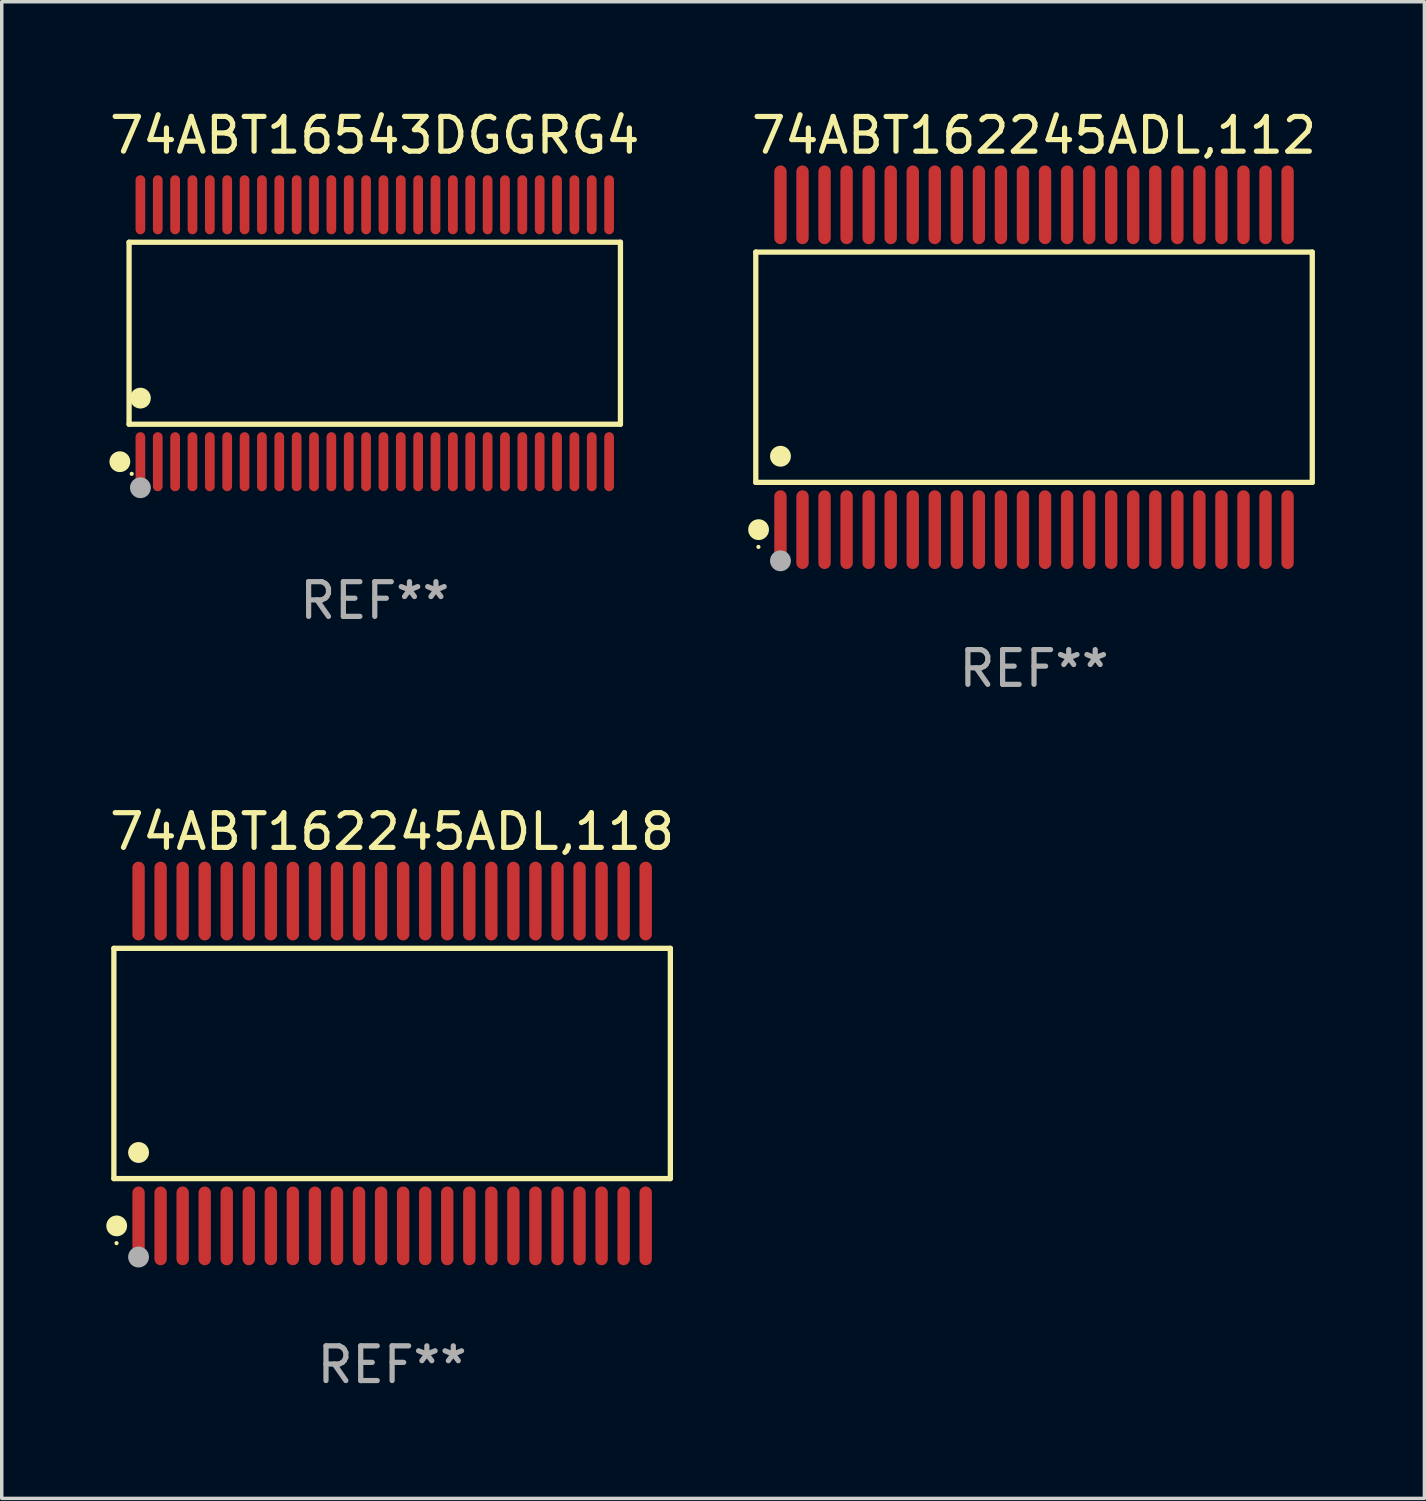
<source format=kicad_pcb>
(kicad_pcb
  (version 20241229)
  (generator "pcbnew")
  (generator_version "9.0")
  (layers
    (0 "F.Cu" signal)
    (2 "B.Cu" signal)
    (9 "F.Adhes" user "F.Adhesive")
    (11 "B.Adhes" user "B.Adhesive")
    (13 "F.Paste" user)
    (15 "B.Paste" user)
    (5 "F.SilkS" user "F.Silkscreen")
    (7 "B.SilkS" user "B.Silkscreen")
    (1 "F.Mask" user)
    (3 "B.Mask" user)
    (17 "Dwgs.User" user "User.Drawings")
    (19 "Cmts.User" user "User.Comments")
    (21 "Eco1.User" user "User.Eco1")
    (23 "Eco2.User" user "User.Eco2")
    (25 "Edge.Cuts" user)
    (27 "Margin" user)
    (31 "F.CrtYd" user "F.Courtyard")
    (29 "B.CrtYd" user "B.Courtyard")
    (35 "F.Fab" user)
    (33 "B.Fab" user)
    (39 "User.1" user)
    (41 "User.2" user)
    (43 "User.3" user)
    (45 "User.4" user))
  (footprint "74ABT162245ADL,118"
    (layer "F.Cu")
    (at 8.244 27.58)
    (property "Reference" "74ABT162245ADL,118" (at 0 -6.678 0) (layer "F.SilkS") (effects (font (size 1 1) (thickness 0.15))))
    (attr through_hole)
    (fp_line (start -8.014 -3.316) (end 8.014 -3.316) (stroke (width 0.152) (type solid)) (layer "F.SilkS"))
    (fp_line (start -8.014 3.316) (end -8.014 -3.316) (stroke (width 0.152) (type solid)) (layer "F.SilkS"))
    (fp_line (start 8.014 -3.316) (end 8.014 3.316) (stroke (width 0.152) (type solid)) (layer "F.SilkS"))
    (fp_line (start 8.014 3.316) (end -8.014 3.316) (stroke (width 0.152) (type solid)) (layer "F.SilkS"))
    (fp_circle (center -7.938 5.175) (end -7.908 5.175) (stroke (width 0.06) (type solid)) (fill no) (layer "F.SilkS"))
    (fp_circle (center -7.933 4.678) (end -7.783 4.678) (stroke (width 0.3) (type solid)) (fill no) (layer "F.SilkS"))
    (fp_circle (center -7.303 2.564) (end -7.152 2.564) (stroke (width 0.3) (type solid)) (fill no) (layer "F.SilkS"))
    (fp_circle (center -7.303 5.575) (end -7.152 5.575) (stroke (width 0.3) (type solid)) (fill no) (layer "F.Fab"))
    (fp_text user "REF**" (at 0 8.678 0) (layer "F.Fab") (effects (font (size 1 1) (thickness 0.15))))
    (pad "1" smd oval (at -7.303 4.678) (size 0.356 2.267) (layers "F.Cu" "F.Mask" "F.Paste"))
    (pad "2" smd oval (at -6.668 4.678) (size 0.356 2.267) (layers "F.Cu" "F.Mask" "F.Paste"))
    (pad "3" smd oval (at -6.033 4.678) (size 0.356 2.267) (layers "F.Cu" "F.Mask" "F.Paste"))
    (pad "4" smd oval (at -5.398 4.678) (size 0.356 2.267) (layers "F.Cu" "F.Mask" "F.Paste"))
    (pad "5" smd oval (at -4.763 4.678) (size 0.356 2.267) (layers "F.Cu" "F.Mask" "F.Paste"))
    (pad "6" smd oval (at -4.128 4.678) (size 0.356 2.267) (layers "F.Cu" "F.Mask" "F.Paste"))
    (pad "7" smd oval (at -3.493 4.678) (size 0.356 2.267) (layers "F.Cu" "F.Mask" "F.Paste"))
    (pad "8" smd oval (at -2.858 4.678) (size 0.356 2.267) (layers "F.Cu" "F.Mask" "F.Paste"))
    (pad "9" smd oval (at -2.223 4.678) (size 0.356 2.267) (layers "F.Cu" "F.Mask" "F.Paste"))
    (pad "10" smd oval (at -1.588 4.678) (size 0.356 2.267) (layers "F.Cu" "F.Mask" "F.Paste"))
    (pad "11" smd oval (at -0.953 4.678) (size 0.356 2.267) (layers "F.Cu" "F.Mask" "F.Paste"))
    (pad "12" smd oval (at -0.318 4.678) (size 0.356 2.267) (layers "F.Cu" "F.Mask" "F.Paste"))
    (pad "13" smd oval (at 0.318 4.678) (size 0.356 2.267) (layers "F.Cu" "F.Mask" "F.Paste"))
    (pad "14" smd oval (at 0.953 4.678) (size 0.356 2.267) (layers "F.Cu" "F.Mask" "F.Paste"))
    (pad "15" smd oval (at 1.588 4.678) (size 0.356 2.267) (layers "F.Cu" "F.Mask" "F.Paste"))
    (pad "16" smd oval (at 2.223 4.678) (size 0.356 2.267) (layers "F.Cu" "F.Mask" "F.Paste"))
    (pad "17" smd oval (at 2.858 4.678) (size 0.356 2.267) (layers "F.Cu" "F.Mask" "F.Paste"))
    (pad "18" smd oval (at 3.493 4.678) (size 0.356 2.267) (layers "F.Cu" "F.Mask" "F.Paste"))
    (pad "19" smd oval (at 4.128 4.678) (size 0.356 2.267) (layers "F.Cu" "F.Mask" "F.Paste"))
    (pad "20" smd oval (at 4.763 4.678) (size 0.356 2.267) (layers "F.Cu" "F.Mask" "F.Paste"))
    (pad "21" smd oval (at 5.398 4.678) (size 0.356 2.267) (layers "F.Cu" "F.Mask" "F.Paste"))
    (pad "22" smd oval (at 6.033 4.678) (size 0.356 2.267) (layers "F.Cu" "F.Mask" "F.Paste"))
    (pad "23" smd oval (at 6.668 4.678) (size 0.356 2.267) (layers "F.Cu" "F.Mask" "F.Paste"))
    (pad "24" smd oval (at 7.303 4.678) (size 0.356 2.267) (layers "F.Cu" "F.Mask" "F.Paste"))
    (pad "25" smd oval (at 7.303 -4.678) (size 0.356 2.267) (layers "F.Cu" "F.Mask" "F.Paste"))
    (pad "26" smd oval (at 6.668 -4.678) (size 0.356 2.267) (layers "F.Cu" "F.Mask" "F.Paste"))
    (pad "27" smd oval (at 6.033 -4.678) (size 0.356 2.267) (layers "F.Cu" "F.Mask" "F.Paste"))
    (pad "28" smd oval (at 5.398 -4.678) (size 0.356 2.267) (layers "F.Cu" "F.Mask" "F.Paste"))
    (pad "29" smd oval (at 4.763 -4.678) (size 0.356 2.267) (layers "F.Cu" "F.Mask" "F.Paste"))
    (pad "30" smd oval (at 4.128 -4.678) (size 0.356 2.267) (layers "F.Cu" "F.Mask" "F.Paste"))
    (pad "31" smd oval (at 3.493 -4.678) (size 0.356 2.267) (layers "F.Cu" "F.Mask" "F.Paste"))
    (pad "32" smd oval (at 2.858 -4.678) (size 0.356 2.267) (layers "F.Cu" "F.Mask" "F.Paste"))
    (pad "33" smd oval (at 2.223 -4.678) (size 0.356 2.267) (layers "F.Cu" "F.Mask" "F.Paste"))
    (pad "34" smd oval (at 1.588 -4.678) (size 0.356 2.267) (layers "F.Cu" "F.Mask" "F.Paste"))
    (pad "35" smd oval (at 0.953 -4.678) (size 0.356 2.267) (layers "F.Cu" "F.Mask" "F.Paste"))
    (pad "36" smd oval (at 0.318 -4.678) (size 0.356 2.267) (layers "F.Cu" "F.Mask" "F.Paste"))
    (pad "37" smd oval (at -0.318 -4.678) (size 0.356 2.267) (layers "F.Cu" "F.Mask" "F.Paste"))
    (pad "38" smd oval (at -0.953 -4.678) (size 0.356 2.267) (layers "F.Cu" "F.Mask" "F.Paste"))
    (pad "39" smd oval (at -1.588 -4.678) (size 0.356 2.267) (layers "F.Cu" "F.Mask" "F.Paste"))
    (pad "40" smd oval (at -2.223 -4.678) (size 0.356 2.267) (layers "F.Cu" "F.Mask" "F.Paste"))
    (pad "41" smd oval (at -2.858 -4.678) (size 0.356 2.267) (layers "F.Cu" "F.Mask" "F.Paste"))
    (pad "42" smd oval (at -3.493 -4.678) (size 0.356 2.267) (layers "F.Cu" "F.Mask" "F.Paste"))
    (pad "43" smd oval (at -4.128 -4.678) (size 0.356 2.267) (layers "F.Cu" "F.Mask" "F.Paste"))
    (pad "44" smd oval (at -4.763 -4.678) (size 0.356 2.267) (layers "F.Cu" "F.Mask" "F.Paste"))
    (pad "45" smd oval (at -5.398 -4.678) (size 0.356 2.267) (layers "F.Cu" "F.Mask" "F.Paste"))
    (pad "46" smd oval (at -6.033 -4.678) (size 0.356 2.267) (layers "F.Cu" "F.Mask" "F.Paste"))
    (pad "47" smd oval (at -6.668 -4.678) (size 0.356 2.267) (layers "F.Cu" "F.Mask" "F.Paste"))
    (pad "48" smd oval (at -7.303 -4.678) (size 0.356 2.267) (layers "F.Cu" "F.Mask" "F.Paste")))
  (footprint "74ABT162245ADL,112"
    (layer "F.Cu")
    (at 26.732 7.527)
    (property "Reference" "74ABT162245ADL,112" (at 0 -6.678 0) (layer "F.SilkS") (effects (font (size 1 1) (thickness 0.15))))
    (attr through_hole)
    (fp_line (start -8.014 -3.316) (end 8.014 -3.316) (stroke (width 0.152) (type solid)) (layer "F.SilkS"))
    (fp_line (start -8.014 3.316) (end -8.014 -3.316) (stroke (width 0.152) (type solid)) (layer "F.SilkS"))
    (fp_line (start 8.014 -3.316) (end 8.014 3.316) (stroke (width 0.152) (type solid)) (layer "F.SilkS"))
    (fp_line (start 8.014 3.316) (end -8.014 3.316) (stroke (width 0.152) (type solid)) (layer "F.SilkS"))
    (fp_circle (center -7.938 5.175) (end -7.908 5.175) (stroke (width 0.06) (type solid)) (fill no) (layer "F.SilkS"))
    (fp_circle (center -7.933 4.678) (end -7.783 4.678) (stroke (width 0.3) (type solid)) (fill no) (layer "F.SilkS"))
    (fp_circle (center -7.303 2.564) (end -7.152 2.564) (stroke (width 0.3) (type solid)) (fill no) (layer "F.SilkS"))
    (fp_circle (center -7.303 5.575) (end -7.152 5.575) (stroke (width 0.3) (type solid)) (fill no) (layer "F.Fab"))
    (fp_text user "REF**" (at 0 8.678 0) (layer "F.Fab") (effects (font (size 1 1) (thickness 0.15))))
    (pad "1" smd oval (at -7.303 4.678) (size 0.356 2.267) (layers "F.Cu" "F.Mask" "F.Paste"))
    (pad "2" smd oval (at -6.668 4.678) (size 0.356 2.267) (layers "F.Cu" "F.Mask" "F.Paste"))
    (pad "3" smd oval (at -6.033 4.678) (size 0.356 2.267) (layers "F.Cu" "F.Mask" "F.Paste"))
    (pad "4" smd oval (at -5.398 4.678) (size 0.356 2.267) (layers "F.Cu" "F.Mask" "F.Paste"))
    (pad "5" smd oval (at -4.763 4.678) (size 0.356 2.267) (layers "F.Cu" "F.Mask" "F.Paste"))
    (pad "6" smd oval (at -4.128 4.678) (size 0.356 2.267) (layers "F.Cu" "F.Mask" "F.Paste"))
    (pad "7" smd oval (at -3.493 4.678) (size 0.356 2.267) (layers "F.Cu" "F.Mask" "F.Paste"))
    (pad "8" smd oval (at -2.858 4.678) (size 0.356 2.267) (layers "F.Cu" "F.Mask" "F.Paste"))
    (pad "9" smd oval (at -2.223 4.678) (size 0.356 2.267) (layers "F.Cu" "F.Mask" "F.Paste"))
    (pad "10" smd oval (at -1.588 4.678) (size 0.356 2.267) (layers "F.Cu" "F.Mask" "F.Paste"))
    (pad "11" smd oval (at -0.953 4.678) (size 0.356 2.267) (layers "F.Cu" "F.Mask" "F.Paste"))
    (pad "12" smd oval (at -0.318 4.678) (size 0.356 2.267) (layers "F.Cu" "F.Mask" "F.Paste"))
    (pad "13" smd oval (at 0.318 4.678) (size 0.356 2.267) (layers "F.Cu" "F.Mask" "F.Paste"))
    (pad "14" smd oval (at 0.953 4.678) (size 0.356 2.267) (layers "F.Cu" "F.Mask" "F.Paste"))
    (pad "15" smd oval (at 1.588 4.678) (size 0.356 2.267) (layers "F.Cu" "F.Mask" "F.Paste"))
    (pad "16" smd oval (at 2.223 4.678) (size 0.356 2.267) (layers "F.Cu" "F.Mask" "F.Paste"))
    (pad "17" smd oval (at 2.858 4.678) (size 0.356 2.267) (layers "F.Cu" "F.Mask" "F.Paste"))
    (pad "18" smd oval (at 3.493 4.678) (size 0.356 2.267) (layers "F.Cu" "F.Mask" "F.Paste"))
    (pad "19" smd oval (at 4.128 4.678) (size 0.356 2.267) (layers "F.Cu" "F.Mask" "F.Paste"))
    (pad "20" smd oval (at 4.763 4.678) (size 0.356 2.267) (layers "F.Cu" "F.Mask" "F.Paste"))
    (pad "21" smd oval (at 5.398 4.678) (size 0.356 2.267) (layers "F.Cu" "F.Mask" "F.Paste"))
    (pad "22" smd oval (at 6.033 4.678) (size 0.356 2.267) (layers "F.Cu" "F.Mask" "F.Paste"))
    (pad "23" smd oval (at 6.668 4.678) (size 0.356 2.267) (layers "F.Cu" "F.Mask" "F.Paste"))
    (pad "24" smd oval (at 7.303 4.678) (size 0.356 2.267) (layers "F.Cu" "F.Mask" "F.Paste"))
    (pad "25" smd oval (at 7.303 -4.678) (size 0.356 2.267) (layers "F.Cu" "F.Mask" "F.Paste"))
    (pad "26" smd oval (at 6.668 -4.678) (size 0.356 2.267) (layers "F.Cu" "F.Mask" "F.Paste"))
    (pad "27" smd oval (at 6.033 -4.678) (size 0.356 2.267) (layers "F.Cu" "F.Mask" "F.Paste"))
    (pad "28" smd oval (at 5.398 -4.678) (size 0.356 2.267) (layers "F.Cu" "F.Mask" "F.Paste"))
    (pad "29" smd oval (at 4.763 -4.678) (size 0.356 2.267) (layers "F.Cu" "F.Mask" "F.Paste"))
    (pad "30" smd oval (at 4.128 -4.678) (size 0.356 2.267) (layers "F.Cu" "F.Mask" "F.Paste"))
    (pad "31" smd oval (at 3.493 -4.678) (size 0.356 2.267) (layers "F.Cu" "F.Mask" "F.Paste"))
    (pad "32" smd oval (at 2.858 -4.678) (size 0.356 2.267) (layers "F.Cu" "F.Mask" "F.Paste"))
    (pad "33" smd oval (at 2.223 -4.678) (size 0.356 2.267) (layers "F.Cu" "F.Mask" "F.Paste"))
    (pad "34" smd oval (at 1.588 -4.678) (size 0.356 2.267) (layers "F.Cu" "F.Mask" "F.Paste"))
    (pad "35" smd oval (at 0.953 -4.678) (size 0.356 2.267) (layers "F.Cu" "F.Mask" "F.Paste"))
    (pad "36" smd oval (at 0.318 -4.678) (size 0.356 2.267) (layers "F.Cu" "F.Mask" "F.Paste"))
    (pad "37" smd oval (at -0.318 -4.678) (size 0.356 2.267) (layers "F.Cu" "F.Mask" "F.Paste"))
    (pad "38" smd oval (at -0.953 -4.678) (size 0.356 2.267) (layers "F.Cu" "F.Mask" "F.Paste"))
    (pad "39" smd oval (at -1.588 -4.678) (size 0.356 2.267) (layers "F.Cu" "F.Mask" "F.Paste"))
    (pad "40" smd oval (at -2.223 -4.678) (size 0.356 2.267) (layers "F.Cu" "F.Mask" "F.Paste"))
    (pad "41" smd oval (at -2.858 -4.678) (size 0.356 2.267) (layers "F.Cu" "F.Mask" "F.Paste"))
    (pad "42" smd oval (at -3.493 -4.678) (size 0.356 2.267) (layers "F.Cu" "F.Mask" "F.Paste"))
    (pad "43" smd oval (at -4.128 -4.678) (size 0.356 2.267) (layers "F.Cu" "F.Mask" "F.Paste"))
    (pad "44" smd oval (at -4.763 -4.678) (size 0.356 2.267) (layers "F.Cu" "F.Mask" "F.Paste"))
    (pad "45" smd oval (at -5.398 -4.678) (size 0.356 2.267) (layers "F.Cu" "F.Mask" "F.Paste"))
    (pad "46" smd oval (at -6.033 -4.678) (size 0.356 2.267) (layers "F.Cu" "F.Mask" "F.Paste"))
    (pad "47" smd oval (at -6.668 -4.678) (size 0.356 2.267) (layers "F.Cu" "F.Mask" "F.Paste"))
    (pad "48" smd oval (at -7.303 -4.678) (size 0.356 2.267) (layers "F.Cu" "F.Mask" "F.Paste")))
  (footprint "74ABT16543DGGRG4"
    (layer "F.Cu")
    (at 7.744 6.548)
    (property "Reference" "74ABT16543DGGRG4" (at 0 -5.7 0) (layer "F.SilkS") (effects (font (size 1 1) (thickness 0.15))))
    (attr through_hole)
    (fp_line (start -7.076 -2.621) (end 7.076 -2.621) (stroke (width 0.152) (type solid)) (layer "F.SilkS"))
    (fp_line (start -7.076 2.621) (end -7.076 -2.621) (stroke (width 0.152) (type solid)) (layer "F.SilkS"))
    (fp_line (start 7.076 -2.621) (end 7.076 2.621) (stroke (width 0.152) (type solid)) (layer "F.SilkS"))
    (fp_line (start 7.076 2.621) (end -7.076 2.621) (stroke (width 0.152) (type solid)) (layer "F.SilkS"))
    (fp_circle (center -7.342 3.7) (end -7.192 3.7) (stroke (width 0.3) (type solid)) (fill no) (layer "F.SilkS"))
    (fp_circle (center -7 4.05) (end -6.97 4.05) (stroke (width 0.06) (type solid)) (fill no) (layer "F.SilkS"))
    (fp_circle (center -6.75 1.869) (end -6.6 1.869) (stroke (width 0.3) (type solid)) (fill no) (layer "F.SilkS"))
    (fp_circle (center -6.75 4.45) (end -6.6 4.45) (stroke (width 0.3) (type solid)) (fill no) (layer "F.Fab"))
    (fp_text user "REF**" (at 0 7.7 0) (layer "F.Fab") (effects (font (size 1 1) (thickness 0.15))))
    (pad "1" smd oval (at -6.75 3.7) (size 0.28 1.7) (layers "F.Cu" "F.Mask" "F.Paste"))
    (pad "2" smd oval (at -6.25 3.7) (size 0.28 1.7) (layers "F.Cu" "F.Mask" "F.Paste"))
    (pad "3" smd oval (at -5.75 3.7) (size 0.28 1.7) (layers "F.Cu" "F.Mask" "F.Paste"))
    (pad "4" smd oval (at -5.25 3.7) (size 0.28 1.7) (layers "F.Cu" "F.Mask" "F.Paste"))
    (pad "5" smd oval (at -4.75 3.7) (size 0.28 1.7) (layers "F.Cu" "F.Mask" "F.Paste"))
    (pad "6" smd oval (at -4.25 3.7) (size 0.28 1.7) (layers "F.Cu" "F.Mask" "F.Paste"))
    (pad "7" smd oval (at -3.75 3.7) (size 0.28 1.7) (layers "F.Cu" "F.Mask" "F.Paste"))
    (pad "8" smd oval (at -3.25 3.7) (size 0.28 1.7) (layers "F.Cu" "F.Mask" "F.Paste"))
    (pad "9" smd oval (at -2.75 3.7) (size 0.28 1.7) (layers "F.Cu" "F.Mask" "F.Paste"))
    (pad "10" smd oval (at -2.25 3.7) (size 0.28 1.7) (layers "F.Cu" "F.Mask" "F.Paste"))
    (pad "11" smd oval (at -1.75 3.7) (size 0.28 1.7) (layers "F.Cu" "F.Mask" "F.Paste"))
    (pad "12" smd oval (at -1.25 3.7) (size 0.28 1.7) (layers "F.Cu" "F.Mask" "F.Paste"))
    (pad "13" smd oval (at -0.75 3.7) (size 0.28 1.7) (layers "F.Cu" "F.Mask" "F.Paste"))
    (pad "14" smd oval (at -0.25 3.7) (size 0.28 1.7) (layers "F.Cu" "F.Mask" "F.Paste"))
    (pad "15" smd oval (at 0.25 3.7) (size 0.28 1.7) (layers "F.Cu" "F.Mask" "F.Paste"))
    (pad "16" smd oval (at 0.75 3.7) (size 0.28 1.7) (layers "F.Cu" "F.Mask" "F.Paste"))
    (pad "17" smd oval (at 1.25 3.7) (size 0.28 1.7) (layers "F.Cu" "F.Mask" "F.Paste"))
    (pad "18" smd oval (at 1.75 3.7) (size 0.28 1.7) (layers "F.Cu" "F.Mask" "F.Paste"))
    (pad "19" smd oval (at 2.25 3.7) (size 0.28 1.7) (layers "F.Cu" "F.Mask" "F.Paste"))
    (pad "20" smd oval (at 2.75 3.7) (size 0.28 1.7) (layers "F.Cu" "F.Mask" "F.Paste"))
    (pad "21" smd oval (at 3.25 3.7) (size 0.28 1.7) (layers "F.Cu" "F.Mask" "F.Paste"))
    (pad "22" smd oval (at 3.75 3.7) (size 0.28 1.7) (layers "F.Cu" "F.Mask" "F.Paste"))
    (pad "23" smd oval (at 4.25 3.7) (size 0.28 1.7) (layers "F.Cu" "F.Mask" "F.Paste"))
    (pad "24" smd oval (at 4.75 3.7) (size 0.28 1.7) (layers "F.Cu" "F.Mask" "F.Paste"))
    (pad "25" smd oval (at 5.25 3.7) (size 0.28 1.7) (layers "F.Cu" "F.Mask" "F.Paste"))
    (pad "26" smd oval (at 5.75 3.7) (size 0.28 1.7) (layers "F.Cu" "F.Mask" "F.Paste"))
    (pad "27" smd oval (at 6.25 3.7) (size 0.28 1.7) (layers "F.Cu" "F.Mask" "F.Paste"))
    (pad "28" smd oval (at 6.75 3.7) (size 0.28 1.7) (layers "F.Cu" "F.Mask" "F.Paste"))
    (pad "29" smd oval (at 6.75 -3.7) (size 0.28 1.7) (layers "F.Cu" "F.Mask" "F.Paste"))
    (pad "30" smd oval (at 6.25 -3.7) (size 0.28 1.7) (layers "F.Cu" "F.Mask" "F.Paste"))
    (pad "31" smd oval (at 5.75 -3.7) (size 0.28 1.7) (layers "F.Cu" "F.Mask" "F.Paste"))
    (pad "32" smd oval (at 5.25 -3.7) (size 0.28 1.7) (layers "F.Cu" "F.Mask" "F.Paste"))
    (pad "33" smd oval (at 4.75 -3.7) (size 0.28 1.7) (layers "F.Cu" "F.Mask" "F.Paste"))
    (pad "34" smd oval (at 4.25 -3.7) (size 0.28 1.7) (layers "F.Cu" "F.Mask" "F.Paste"))
    (pad "35" smd oval (at 3.75 -3.7) (size 0.28 1.7) (layers "F.Cu" "F.Mask" "F.Paste"))
    (pad "36" smd oval (at 3.25 -3.7) (size 0.28 1.7) (layers "F.Cu" "F.Mask" "F.Paste"))
    (pad "37" smd oval (at 2.75 -3.7) (size 0.28 1.7) (layers "F.Cu" "F.Mask" "F.Paste"))
    (pad "38" smd oval (at 2.25 -3.7) (size 0.28 1.7) (layers "F.Cu" "F.Mask" "F.Paste"))
    (pad "39" smd oval (at 1.75 -3.7) (size 0.28 1.7) (layers "F.Cu" "F.Mask" "F.Paste"))
    (pad "40" smd oval (at 1.25 -3.7) (size 0.28 1.7) (layers "F.Cu" "F.Mask" "F.Paste"))
    (pad "41" smd oval (at 0.75 -3.7) (size 0.28 1.7) (layers "F.Cu" "F.Mask" "F.Paste"))
    (pad "42" smd oval (at 0.25 -3.7) (size 0.28 1.7) (layers "F.Cu" "F.Mask" "F.Paste"))
    (pad "43" smd oval (at -0.25 -3.7) (size 0.28 1.7) (layers "F.Cu" "F.Mask" "F.Paste"))
    (pad "44" smd oval (at -0.75 -3.7) (size 0.28 1.7) (layers "F.Cu" "F.Mask" "F.Paste"))
    (pad "45" smd oval (at -1.25 -3.7) (size 0.28 1.7) (layers "F.Cu" "F.Mask" "F.Paste"))
    (pad "46" smd oval (at -1.75 -3.7) (size 0.28 1.7) (layers "F.Cu" "F.Mask" "F.Paste"))
    (pad "47" smd oval (at -2.25 -3.7) (size 0.28 1.7) (layers "F.Cu" "F.Mask" "F.Paste"))
    (pad "48" smd oval (at -2.75 -3.7) (size 0.28 1.7) (layers "F.Cu" "F.Mask" "F.Paste"))
    (pad "49" smd oval (at -3.25 -3.7) (size 0.28 1.7) (layers "F.Cu" "F.Mask" "F.Paste"))
    (pad "50" smd oval (at -3.75 -3.7) (size 0.28 1.7) (layers "F.Cu" "F.Mask" "F.Paste"))
    (pad "51" smd oval (at -4.25 -3.7) (size 0.28 1.7) (layers "F.Cu" "F.Mask" "F.Paste"))
    (pad "52" smd oval (at -4.75 -3.7) (size 0.28 1.7) (layers "F.Cu" "F.Mask" "F.Paste"))
    (pad "53" smd oval (at -5.25 -3.7) (size 0.28 1.7) (layers "F.Cu" "F.Mask" "F.Paste"))
    (pad "54" smd oval (at -5.75 -3.7) (size 0.28 1.7) (layers "F.Cu" "F.Mask" "F.Paste"))
    (pad "55" smd oval (at -6.25 -3.7) (size 0.28 1.7) (layers "F.Cu" "F.Mask" "F.Paste"))
    (pad "56" smd oval (at -6.75 -3.7) (size 0.28 1.7) (layers "F.Cu" "F.Mask" "F.Paste")))
  (gr_rect
    (start -3 -3)
    (end 37.976 40.107)
    (stroke (width 0.1) (type default))
    (fill no)
    (layer "Edge.Cuts")))
</source>
